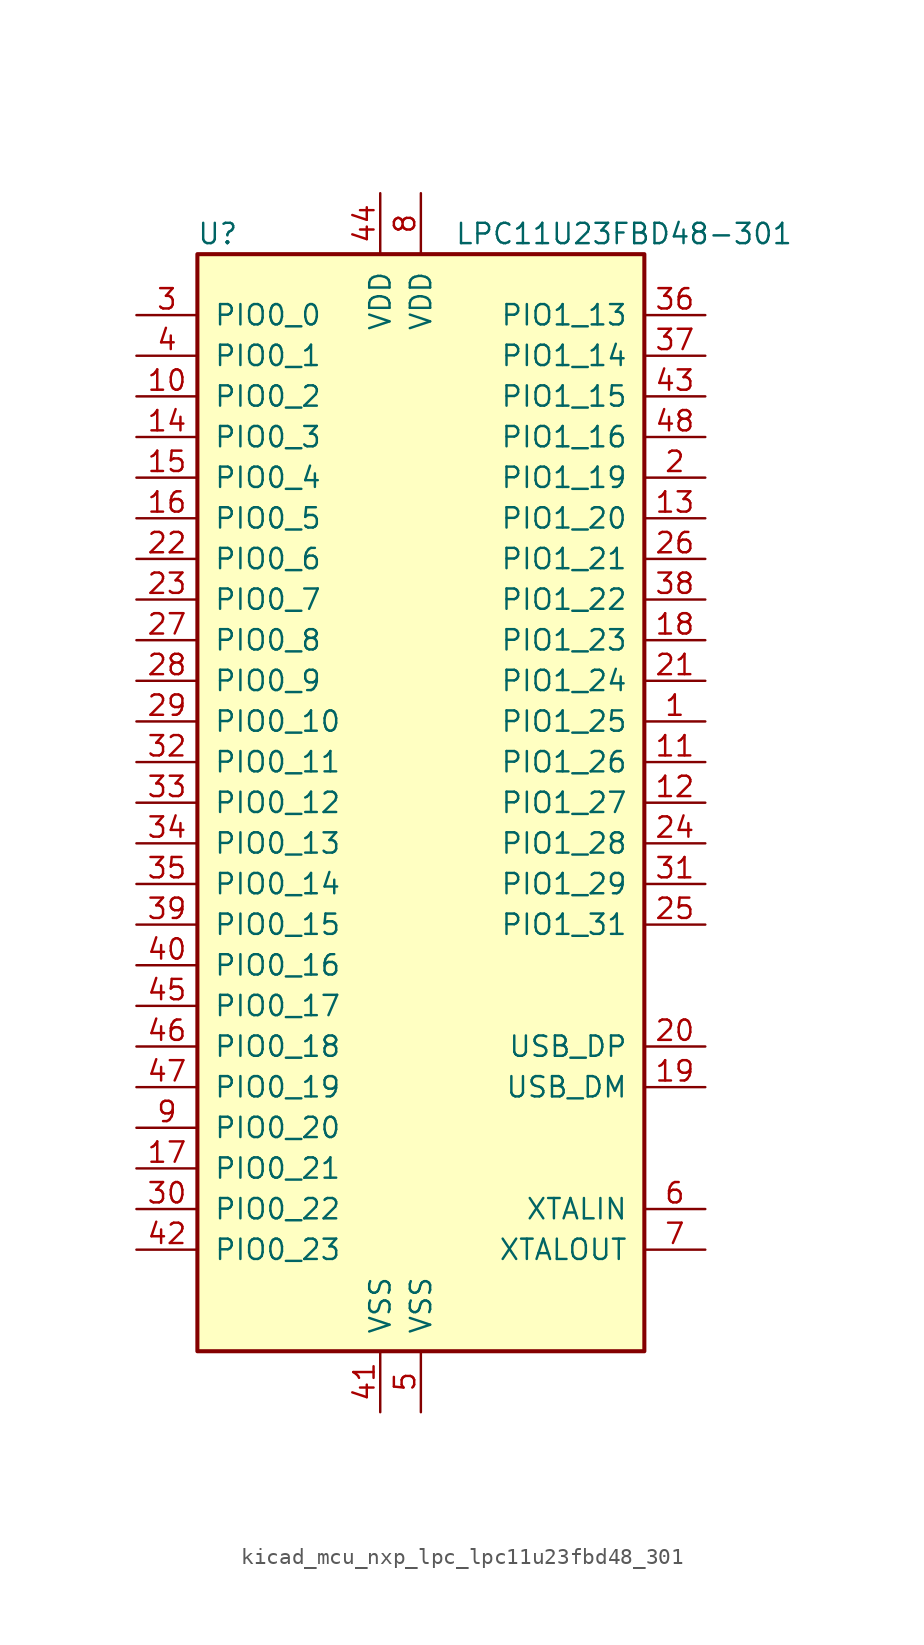
<source format=kicad_sym>
(kicad_symbol_lib
  (version 20220914)
  (generator kicad_symbol_editor)
  (symbol "kicad_mcu_nxp_lpc_lpc11u23fbd48_301"
    (pin_names
      (offset 1.016))
    (property "Reference" "U"
      (at -12.7 35.56 0)
      (effects (font (size 1.27 1.27))))
    (property "Value" "LPC11U23FBD48-301"
      (at 12.7 35.56 0)
      (effects (font (size 1.27 1.27))))
    (symbol "kicad_mcu_nxp_lpc_lpc11u23fbd48_301_0_1"
      (rectangle (start -13.97 34.29) (end 13.97 -34.29) (stroke (width 0.254) (type default)) (fill (type background))))
    (symbol "kicad_mcu_nxp_lpc_lpc11u23fbd48_301_1_1"
      (pin bidirectional line (at 17.78 5.08 180) (length 3.81) (name "PIO1_25" (effects (font (size 1.27 1.27)))) (number "1" (effects (font (size 1.27 1.27)))))
      (pin bidirectional line (at -17.78 25.4 0) (length 3.81) (name "PIO0_2" (effects (font (size 1.27 1.27)))) (number "10" (effects (font (size 1.27 1.27)))))
      (pin bidirectional line (at 17.78 2.54 180) (length 3.81) (name "PIO1_26" (effects (font (size 1.27 1.27)))) (number "11" (effects (font (size 1.27 1.27)))))
      (pin bidirectional line (at 17.78 0 180) (length 3.81) (name "PIO1_27" (effects (font (size 1.27 1.27)))) (number "12" (effects (font (size 1.27 1.27)))))
      (pin bidirectional line (at 17.78 17.78 180) (length 3.81) (name "PIO1_20" (effects (font (size 1.27 1.27)))) (number "13" (effects (font (size 1.27 1.27)))))
      (pin bidirectional line (at -17.78 22.86 0) (length 3.81) (name "PIO0_3" (effects (font (size 1.27 1.27)))) (number "14" (effects (font (size 1.27 1.27)))))
      (pin bidirectional line (at -17.78 20.32 0) (length 3.81) (name "PIO0_4" (effects (font (size 1.27 1.27)))) (number "15" (effects (font (size 1.27 1.27)))))
      (pin bidirectional line (at -17.78 17.78 0) (length 3.81) (name "PIO0_5" (effects (font (size 1.27 1.27)))) (number "16" (effects (font (size 1.27 1.27)))))
      (pin bidirectional line (at -17.78 -22.86 0) (length 3.81) (name "PIO0_21" (effects (font (size 1.27 1.27)))) (number "17" (effects (font (size 1.27 1.27)))))
      (pin bidirectional line (at 17.78 10.16 180) (length 3.81) (name "PIO1_23" (effects (font (size 1.27 1.27)))) (number "18" (effects (font (size 1.27 1.27)))))
      (pin bidirectional line (at 17.78 -17.78 180) (length 3.81) (name "USB_DM" (effects (font (size 1.27 1.27)))) (number "19" (effects (font (size 1.27 1.27)))))
      (pin bidirectional line (at 17.78 20.32 180) (length 3.81) (name "PIO1_19" (effects (font (size 1.27 1.27)))) (number "2" (effects (font (size 1.27 1.27)))))
      (pin bidirectional line (at 17.78 -15.24 180) (length 3.81) (name "USB_DP" (effects (font (size 1.27 1.27)))) (number "20" (effects (font (size 1.27 1.27)))))
      (pin bidirectional line (at 17.78 7.62 180) (length 3.81) (name "PIO1_24" (effects (font (size 1.27 1.27)))) (number "21" (effects (font (size 1.27 1.27)))))
      (pin bidirectional line (at -17.78 15.24 0) (length 3.81) (name "PIO0_6" (effects (font (size 1.27 1.27)))) (number "22" (effects (font (size 1.27 1.27)))))
      (pin bidirectional line (at -17.78 12.7 0) (length 3.81) (name "PIO0_7" (effects (font (size 1.27 1.27)))) (number "23" (effects (font (size 1.27 1.27)))))
      (pin bidirectional line (at 17.78 -2.54 180) (length 3.81) (name "PIO1_28" (effects (font (size 1.27 1.27)))) (number "24" (effects (font (size 1.27 1.27)))))
      (pin bidirectional line (at 17.78 -7.62 180) (length 3.81) (name "PIO1_31" (effects (font (size 1.27 1.27)))) (number "25" (effects (font (size 1.27 1.27)))))
      (pin bidirectional line (at 17.78 15.24 180) (length 3.81) (name "PIO1_21" (effects (font (size 1.27 1.27)))) (number "26" (effects (font (size 1.27 1.27)))))
      (pin bidirectional line (at -17.78 10.16 0) (length 3.81) (name "PIO0_8" (effects (font (size 1.27 1.27)))) (number "27" (effects (font (size 1.27 1.27)))))
      (pin bidirectional line (at -17.78 7.62 0) (length 3.81) (name "PIO0_9" (effects (font (size 1.27 1.27)))) (number "28" (effects (font (size 1.27 1.27)))))
      (pin bidirectional line (at -17.78 5.08 0) (length 3.81) (name "PIO0_10" (effects (font (size 1.27 1.27)))) (number "29" (effects (font (size 1.27 1.27)))))
      (pin bidirectional line (at -17.78 30.48 0) (length 3.81) (name "PIO0_0" (effects (font (size 1.27 1.27)))) (number "3" (effects (font (size 1.27 1.27)))))
      (pin bidirectional line (at -17.78 -25.4 0) (length 3.81) (name "PIO0_22" (effects (font (size 1.27 1.27)))) (number "30" (effects (font (size 1.27 1.27)))))
      (pin bidirectional line (at 17.78 -5.08 180) (length 3.81) (name "PIO1_29" (effects (font (size 1.27 1.27)))) (number "31" (effects (font (size 1.27 1.27)))))
      (pin bidirectional line (at -17.78 2.54 0) (length 3.81) (name "PIO0_11" (effects (font (size 1.27 1.27)))) (number "32" (effects (font (size 1.27 1.27)))))
      (pin bidirectional line (at -17.78 0 0) (length 3.81) (name "PIO0_12" (effects (font (size 1.27 1.27)))) (number "33" (effects (font (size 1.27 1.27)))))
      (pin bidirectional line (at -17.78 -2.54 0) (length 3.81) (name "PIO0_13" (effects (font (size 1.27 1.27)))) (number "34" (effects (font (size 1.27 1.27)))))
      (pin bidirectional line (at -17.78 -5.08 0) (length 3.81) (name "PIO0_14" (effects (font (size 1.27 1.27)))) (number "35" (effects (font (size 1.27 1.27)))))
      (pin bidirectional line (at 17.78 30.48 180) (length 3.81) (name "PIO1_13" (effects (font (size 1.27 1.27)))) (number "36" (effects (font (size 1.27 1.27)))))
      (pin bidirectional line (at 17.78 27.94 180) (length 3.81) (name "PIO1_14" (effects (font (size 1.27 1.27)))) (number "37" (effects (font (size 1.27 1.27)))))
      (pin bidirectional line (at 17.78 12.7 180) (length 3.81) (name "PIO1_22" (effects (font (size 1.27 1.27)))) (number "38" (effects (font (size 1.27 1.27)))))
      (pin bidirectional line (at -17.78 -7.62 0) (length 3.81) (name "PIO0_15" (effects (font (size 1.27 1.27)))) (number "39" (effects (font (size 1.27 1.27)))))
      (pin bidirectional line (at -17.78 27.94 0) (length 3.81) (name "PIO0_1" (effects (font (size 1.27 1.27)))) (number "4" (effects (font (size 1.27 1.27)))))
      (pin bidirectional line (at -17.78 -10.16 0) (length 3.81) (name "PIO0_16" (effects (font (size 1.27 1.27)))) (number "40" (effects (font (size 1.27 1.27)))))
      (pin power_in line (at -2.54 -38.1 90) (length 3.81) (name "VSS" (effects (font (size 1.27 1.27)))) (number "41" (effects (font (size 1.27 1.27)))))
      (pin bidirectional line (at -17.78 -27.94 0) (length 3.81) (name "PIO0_23" (effects (font (size 1.27 1.27)))) (number "42" (effects (font (size 1.27 1.27)))))
      (pin bidirectional line (at 17.78 25.4 180) (length 3.81) (name "PIO1_15" (effects (font (size 1.27 1.27)))) (number "43" (effects (font (size 1.27 1.27)))))
      (pin power_in line (at -2.54 38.1 270) (length 3.81) (name "VDD" (effects (font (size 1.27 1.27)))) (number "44" (effects (font (size 1.27 1.27)))))
      (pin bidirectional line (at -17.78 -12.7 0) (length 3.81) (name "PIO0_17" (effects (font (size 1.27 1.27)))) (number "45" (effects (font (size 1.27 1.27)))))
      (pin bidirectional line (at -17.78 -15.24 0) (length 3.81) (name "PIO0_18" (effects (font (size 1.27 1.27)))) (number "46" (effects (font (size 1.27 1.27)))))
      (pin bidirectional line (at -17.78 -17.78 0) (length 3.81) (name "PIO0_19" (effects (font (size 1.27 1.27)))) (number "47" (effects (font (size 1.27 1.27)))))
      (pin bidirectional line (at 17.78 22.86 180) (length 3.81) (name "PIO1_16" (effects (font (size 1.27 1.27)))) (number "48" (effects (font (size 1.27 1.27)))))
      (pin power_in line (at 0 -38.1 90) (length 3.81) (name "VSS" (effects (font (size 1.27 1.27)))) (number "5" (effects (font (size 1.27 1.27)))))
      (pin input line (at 17.78 -25.4 180) (length 3.81) (name "XTALIN" (effects (font (size 1.27 1.27)))) (number "6" (effects (font (size 1.27 1.27)))))
      (pin output line (at 17.78 -27.94 180) (length 3.81) (name "XTALOUT" (effects (font (size 1.27 1.27)))) (number "7" (effects (font (size 1.27 1.27)))))
      (pin power_in line (at 0 38.1 270) (length 3.81) (name "VDD" (effects (font (size 1.27 1.27)))) (number "8" (effects (font (size 1.27 1.27)))))
      (pin bidirectional line (at -17.78 -20.32 0) (length 3.81) (name "PIO0_20" (effects (font (size 1.27 1.27)))) (number "9" (effects (font (size 1.27 1.27))))))))
</source>
